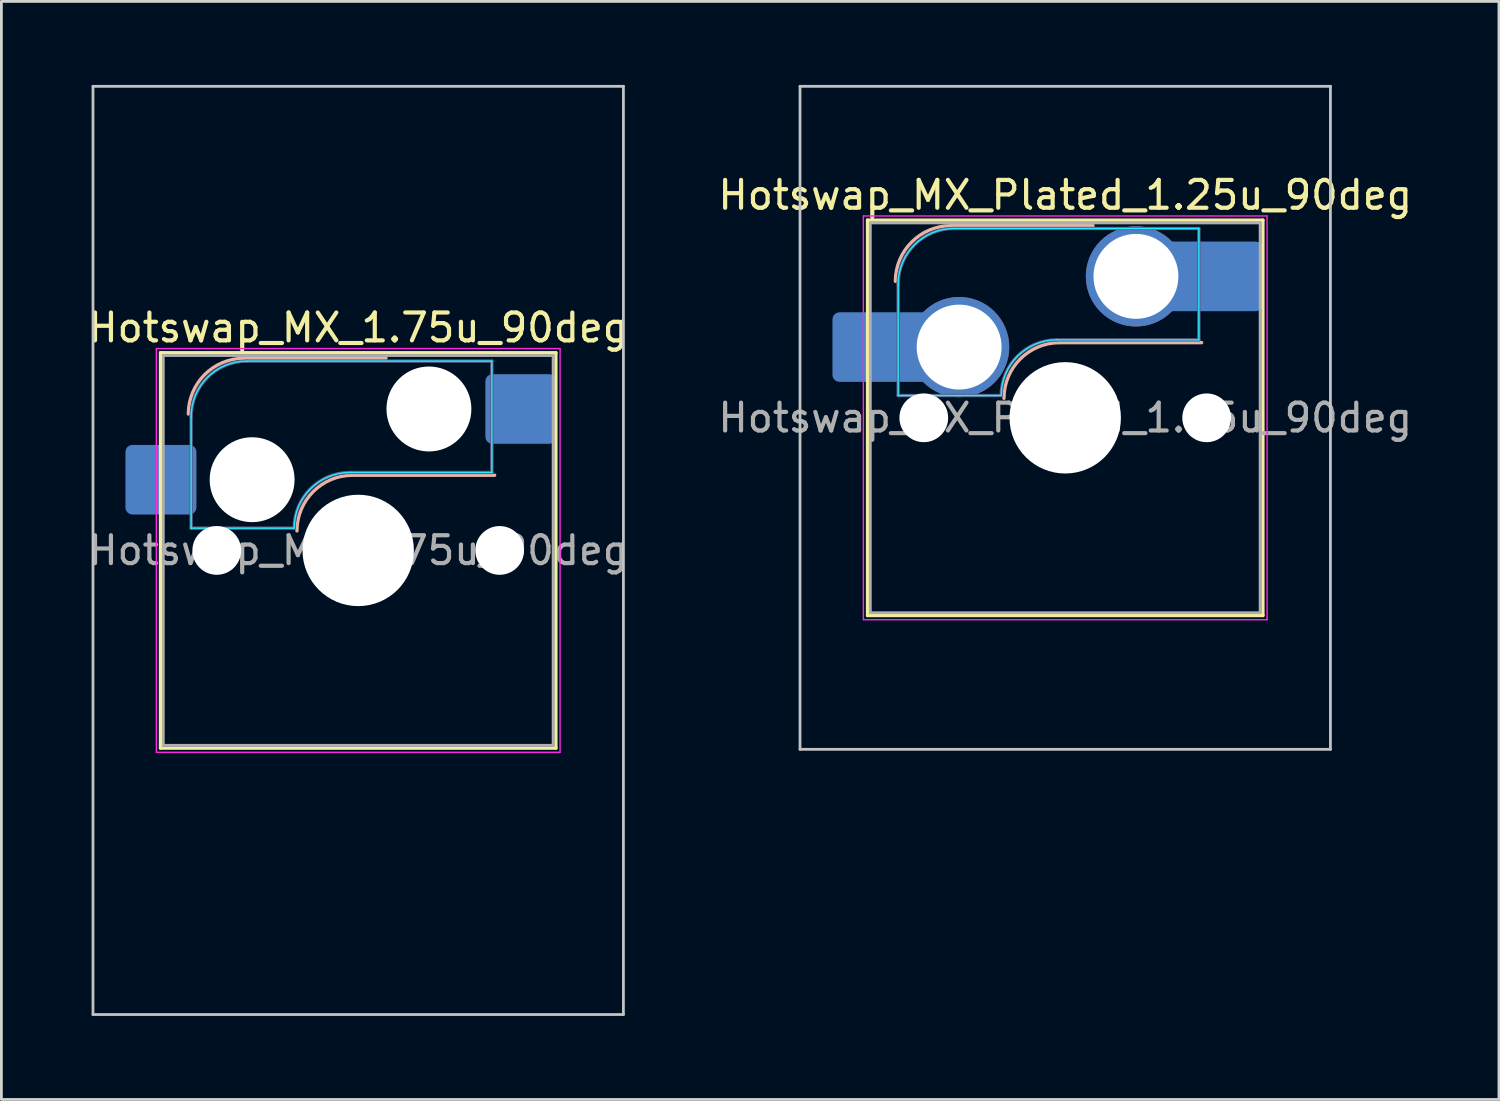
<source format=kicad_pcb>
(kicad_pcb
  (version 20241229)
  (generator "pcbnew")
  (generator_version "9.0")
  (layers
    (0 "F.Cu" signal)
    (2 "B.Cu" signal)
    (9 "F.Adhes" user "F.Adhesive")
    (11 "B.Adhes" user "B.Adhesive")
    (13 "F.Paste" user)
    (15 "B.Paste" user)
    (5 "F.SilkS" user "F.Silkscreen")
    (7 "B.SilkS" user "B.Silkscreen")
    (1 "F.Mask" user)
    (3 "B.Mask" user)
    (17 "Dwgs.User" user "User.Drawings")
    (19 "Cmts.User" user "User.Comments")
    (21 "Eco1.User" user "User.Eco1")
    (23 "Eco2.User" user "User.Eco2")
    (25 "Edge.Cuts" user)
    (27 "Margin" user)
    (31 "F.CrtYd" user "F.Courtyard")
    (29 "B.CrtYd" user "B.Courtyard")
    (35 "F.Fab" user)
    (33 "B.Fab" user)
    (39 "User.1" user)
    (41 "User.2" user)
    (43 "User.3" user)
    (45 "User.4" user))
  (footprint "Hotswap_MX_Plated_1.25u_90deg"
    (layer "F.Cu")
    (at 35.208 11.956)
    (property "Reference" "Hotswap_MX_Plated_1.25u_90deg" (at 0 -8 0) (layer "F.SilkS") (effects (font (size 1 1) (thickness 0.15))))
    (attr smd allow_soldermask_bridges)
    (fp_line (start -7.1 -7.1) (end -7.1 7.1) (stroke (width 0.12) (type solid)) (layer "F.SilkS"))
    (fp_line (start -7.1 7.1) (end 7.1 7.1) (stroke (width 0.12) (type solid)) (layer "F.SilkS"))
    (fp_line (start 7.1 -7.1) (end -7.1 -7.1) (stroke (width 0.12) (type solid)) (layer "F.SilkS"))
    (fp_line (start 7.1 7.1) (end 7.1 -7.1) (stroke (width 0.12) (type solid)) (layer "F.SilkS"))
    (fp_line (start -4.1 -6.9) (end 1 -6.9) (stroke (width 0.12) (type solid)) (layer "B.SilkS"))
    (fp_line (start -0.2 -2.7) (end 4.9 -2.7) (stroke (width 0.12) (type solid)) (layer "B.SilkS"))
    (fp_arc (start -6.1 -4.9) (mid -5.514214 -6.314214) (end -4.1 -6.9) (stroke (width 0.12) (type solid)) (layer "B.SilkS"))
    (fp_arc (start -2.2 -0.7) (mid -1.614214 -2.114214) (end -0.2 -2.7) (stroke (width 0.12) (type solid)) (layer "B.SilkS"))
    (fp_line (start -9.525 -11.906) (end 9.525 -11.906) (stroke (width 0.1) (type solid)) (layer "Dwgs.User"))
    (fp_line (start -9.525 11.906) (end -9.525 -11.906) (stroke (width 0.1) (type solid)) (layer "Dwgs.User"))
    (fp_line (start 9.525 -11.906) (end 9.525 11.906) (stroke (width 0.1) (type solid)) (layer "Dwgs.User"))
    (fp_line (start 9.525 11.906) (end -9.525 11.906) (stroke (width 0.1) (type solid)) (layer "Dwgs.User"))
    (fp_line (start -7.8 -6) (end -7 -6) (stroke (width 0.1) (type solid)) (layer "Eco1.User"))
    (fp_line (start -7.8 -2.9) (end -7.8 -6) (stroke (width 0.1) (type solid)) (layer "Eco1.User"))
    (fp_line (start -7.8 2.9) (end -7 2.9) (stroke (width 0.1) (type solid)) (layer "Eco1.User"))
    (fp_line (start -7.8 6) (end -7.8 2.9) (stroke (width 0.1) (type solid)) (layer "Eco1.User"))
    (fp_line (start -7 -7) (end 7 -7) (stroke (width 0.1) (type solid)) (layer "Eco1.User"))
    (fp_line (start -7 -6) (end -7 -7) (stroke (width 0.1) (type solid)) (layer "Eco1.User"))
    (fp_line (start -7 -2.9) (end -7.8 -2.9) (stroke (width 0.1) (type solid)) (layer "Eco1.User"))
    (fp_line (start -7 2.9) (end -7 -2.9) (stroke (width 0.1) (type solid)) (layer "Eco1.User"))
    (fp_line (start -7 6) (end -7.8 6) (stroke (width 0.1) (type solid)) (layer "Eco1.User"))
    (fp_line (start -7 7) (end -7 6) (stroke (width 0.1) (type solid)) (layer "Eco1.User"))
    (fp_line (start 7 -7) (end 7 -6) (stroke (width 0.1) (type solid)) (layer "Eco1.User"))
    (fp_line (start 7 -6) (end 7.8 -6) (stroke (width 0.1) (type solid)) (layer "Eco1.User"))
    (fp_line (start 7 -2.9) (end 7 2.9) (stroke (width 0.1) (type solid)) (layer "Eco1.User"))
    (fp_line (start 7 2.9) (end 7.8 2.9) (stroke (width 0.1) (type solid)) (layer "Eco1.User"))
    (fp_line (start 7 6) (end 7 7) (stroke (width 0.1) (type solid)) (layer "Eco1.User"))
    (fp_line (start 7 7) (end -7 7) (stroke (width 0.1) (type solid)) (layer "Eco1.User"))
    (fp_line (start 7.8 -6) (end 7.8 -2.9) (stroke (width 0.1) (type solid)) (layer "Eco1.User"))
    (fp_line (start 7.8 -2.9) (end 7 -2.9) (stroke (width 0.1) (type solid)) (layer "Eco1.User"))
    (fp_line (start 7.8 2.9) (end 7.8 6) (stroke (width 0.1) (type solid)) (layer "Eco1.User"))
    (fp_line (start 7.8 6) (end 7 6) (stroke (width 0.1) (type solid)) (layer "Eco1.User"))
    (fp_line (start -6 -0.8) (end -6 -4.8) (stroke (width 0.05) (type solid)) (layer "B.CrtYd"))
    (fp_line (start -6 -0.8) (end -2.3 -0.8) (stroke (width 0.05) (type solid)) (layer "B.CrtYd"))
    (fp_line (start -4 -6.8) (end 4.8 -6.8) (stroke (width 0.05) (type solid)) (layer "B.CrtYd"))
    (fp_line (start -0.3 -2.8) (end 4.8 -2.8) (stroke (width 0.05) (type solid)) (layer "B.CrtYd"))
    (fp_line (start 4.8 -6.8) (end 4.8 -2.8) (stroke (width 0.05) (type solid)) (layer "B.CrtYd"))
    (fp_arc (start -6 -4.8) (mid -5.414214 -6.214214) (end -4 -6.8) (stroke (width 0.05) (type solid)) (layer "B.CrtYd"))
    (fp_arc (start -2.3 -0.8) (mid -1.714214 -2.214214) (end -0.3 -2.8) (stroke (width 0.05) (type solid)) (layer "B.CrtYd"))
    (fp_line (start -7.25 -7.25) (end -7.25 7.25) (stroke (width 0.05) (type solid)) (layer "F.CrtYd"))
    (fp_line (start -7.25 7.25) (end 7.25 7.25) (stroke (width 0.05) (type solid)) (layer "F.CrtYd"))
    (fp_line (start 7.25 -7.25) (end -7.25 -7.25) (stroke (width 0.05) (type solid)) (layer "F.CrtYd"))
    (fp_line (start 7.25 7.25) (end 7.25 -7.25) (stroke (width 0.05) (type solid)) (layer "F.CrtYd"))
    (fp_line (start -6 -0.8) (end -6 -4.8) (stroke (width 0.12) (type solid)) (layer "B.Fab"))
    (fp_line (start -6 -0.8) (end -2.3 -0.8) (stroke (width 0.12) (type solid)) (layer "B.Fab"))
    (fp_line (start -4 -6.8) (end 4.8 -6.8) (stroke (width 0.12) (type solid)) (layer "B.Fab"))
    (fp_line (start -0.3 -2.8) (end 4.8 -2.8) (stroke (width 0.12) (type solid)) (layer "B.Fab"))
    (fp_line (start 4.8 -6.8) (end 4.8 -2.8) (stroke (width 0.12) (type solid)) (layer "B.Fab"))
    (fp_arc (start -6 -4.8) (mid -5.414214 -6.214214) (end -4 -6.8) (stroke (width 0.12) (type solid)) (layer "B.Fab"))
    (fp_arc (start -2.3 -0.8) (mid -1.714214 -2.214214) (end -0.3 -2.8) (stroke (width 0.12) (type solid)) (layer "B.Fab"))
    (fp_line (start -7 -7) (end -7 7) (stroke (width 0.1) (type solid)) (layer "F.Fab"))
    (fp_line (start -7 7) (end 7 7) (stroke (width 0.1) (type solid)) (layer "F.Fab"))
    (fp_line (start 7 -7) (end -7 -7) (stroke (width 0.1) (type solid)) (layer "F.Fab"))
    (fp_line (start 7 7) (end 7 -7) (stroke (width 0.1) (type solid)) (layer "F.Fab"))
    (fp_text user "${REFERENCE}" (at 0 0 0) (layer "F.Fab") (effects (font (size 1 1) (thickness 0.15))))
    (pad "" smd roundrect (at -7.085 -2.54) (size 2.55 2.5) (layers "B.Mask" "B.Paste") (roundrect_rratio 0.1))
    (pad "" np_thru_hole circle (at -5.08 0) (size 1.75 1.75) (drill 1.75) (layers "*.Cu" "*.Mask"))
    (pad "" np_thru_hole circle (at 0 0) (size 4 4) (drill 4) (layers "*.Cu" "*.Mask"))
    (pad "" np_thru_hole circle (at 5.08 0) (size 1.75 1.75) (drill 1.75) (layers "*.Cu" "*.Mask"))
    (pad "" smd roundrect (at 5.842 -5.08) (size 2.55 2.5) (layers "B.Mask" "B.Paste") (roundrect_rratio 0.1))
    (pad "1" smd roundrect (at -6.585 -2.54) (size 3.55 2.5) (layers "B.Cu") (roundrect_rratio 0.1))
    (pad "1" thru_hole circle (at -3.81 -2.54) (size 3.6 3.6) (drill 3.05) (layers "*.Cu" "*.Mask"))
    (pad "2" thru_hole circle (at 2.54 -5.08) (size 3.6 3.6) (drill 3.05) (layers "*.Cu" "*.Mask"))
    (pad "2" smd roundrect (at 5.32 -5.08) (size 3.55 2.5) (layers "B.Cu") (roundrect_rratio 0.1)))
  (footprint "Hotswap_MX_1.75u_90deg"
    (layer "F.Cu")
    (at 9.815 16.719)
    (property "Reference" "Hotswap_MX_1.75u_90deg" (at 0 -8 0) (layer "F.SilkS") (effects (font (size 1 1) (thickness 0.15))))
    (attr smd)
    (fp_line (start -7.1 -7.1) (end -7.1 7.1) (stroke (width 0.12) (type solid)) (layer "F.SilkS"))
    (fp_line (start -7.1 7.1) (end 7.1 7.1) (stroke (width 0.12) (type solid)) (layer "F.SilkS"))
    (fp_line (start 7.1 -7.1) (end -7.1 -7.1) (stroke (width 0.12) (type solid)) (layer "F.SilkS"))
    (fp_line (start 7.1 7.1) (end 7.1 -7.1) (stroke (width 0.12) (type solid)) (layer "F.SilkS"))
    (fp_line (start -4.1 -6.9) (end 1 -6.9) (stroke (width 0.12) (type solid)) (layer "B.SilkS"))
    (fp_line (start -0.2 -2.7) (end 4.9 -2.7) (stroke (width 0.12) (type solid)) (layer "B.SilkS"))
    (fp_arc (start -6.1 -4.9) (mid -5.514214 -6.314214) (end -4.1 -6.9) (stroke (width 0.12) (type solid)) (layer "B.SilkS"))
    (fp_arc (start -2.2 -0.7) (mid -1.614214 -2.114214) (end -0.2 -2.7) (stroke (width 0.12) (type solid)) (layer "B.SilkS"))
    (fp_line (start -9.525 -16.669) (end 9.525 -16.669) (stroke (width 0.1) (type solid)) (layer "Dwgs.User"))
    (fp_line (start -9.525 16.669) (end -9.525 -16.669) (stroke (width 0.1) (type solid)) (layer "Dwgs.User"))
    (fp_line (start 9.525 -16.669) (end 9.525 16.669) (stroke (width 0.1) (type solid)) (layer "Dwgs.User"))
    (fp_line (start 9.525 16.669) (end -9.525 16.669) (stroke (width 0.1) (type solid)) (layer "Dwgs.User"))
    (fp_line (start -7.8 -6) (end -7 -6) (stroke (width 0.1) (type solid)) (layer "Eco1.User"))
    (fp_line (start -7.8 -2.9) (end -7.8 -6) (stroke (width 0.1) (type solid)) (layer "Eco1.User"))
    (fp_line (start -7.8 2.9) (end -7 2.9) (stroke (width 0.1) (type solid)) (layer "Eco1.User"))
    (fp_line (start -7.8 6) (end -7.8 2.9) (stroke (width 0.1) (type solid)) (layer "Eco1.User"))
    (fp_line (start -7 -7) (end 7 -7) (stroke (width 0.1) (type solid)) (layer "Eco1.User"))
    (fp_line (start -7 -6) (end -7 -7) (stroke (width 0.1) (type solid)) (layer "Eco1.User"))
    (fp_line (start -7 -2.9) (end -7.8 -2.9) (stroke (width 0.1) (type solid)) (layer "Eco1.User"))
    (fp_line (start -7 2.9) (end -7 -2.9) (stroke (width 0.1) (type solid)) (layer "Eco1.User"))
    (fp_line (start -7 6) (end -7.8 6) (stroke (width 0.1) (type solid)) (layer "Eco1.User"))
    (fp_line (start -7 7) (end -7 6) (stroke (width 0.1) (type solid)) (layer "Eco1.User"))
    (fp_line (start 7 -7) (end 7 -6) (stroke (width 0.1) (type solid)) (layer "Eco1.User"))
    (fp_line (start 7 -6) (end 7.8 -6) (stroke (width 0.1) (type solid)) (layer "Eco1.User"))
    (fp_line (start 7 -2.9) (end 7 2.9) (stroke (width 0.1) (type solid)) (layer "Eco1.User"))
    (fp_line (start 7 2.9) (end 7.8 2.9) (stroke (width 0.1) (type solid)) (layer "Eco1.User"))
    (fp_line (start 7 6) (end 7 7) (stroke (width 0.1) (type solid)) (layer "Eco1.User"))
    (fp_line (start 7 7) (end -7 7) (stroke (width 0.1) (type solid)) (layer "Eco1.User"))
    (fp_line (start 7.8 -6) (end 7.8 -2.9) (stroke (width 0.1) (type solid)) (layer "Eco1.User"))
    (fp_line (start 7.8 -2.9) (end 7 -2.9) (stroke (width 0.1) (type solid)) (layer "Eco1.User"))
    (fp_line (start 7.8 2.9) (end 7.8 6) (stroke (width 0.1) (type solid)) (layer "Eco1.User"))
    (fp_line (start 7.8 6) (end 7 6) (stroke (width 0.1) (type solid)) (layer "Eco1.User"))
    (fp_line (start -6 -0.8) (end -6 -4.8) (stroke (width 0.05) (type solid)) (layer "B.CrtYd"))
    (fp_line (start -6 -0.8) (end -2.3 -0.8) (stroke (width 0.05) (type solid)) (layer "B.CrtYd"))
    (fp_line (start -4 -6.8) (end 4.8 -6.8) (stroke (width 0.05) (type solid)) (layer "B.CrtYd"))
    (fp_line (start -0.3 -2.8) (end 4.8 -2.8) (stroke (width 0.05) (type solid)) (layer "B.CrtYd"))
    (fp_line (start 4.8 -6.8) (end 4.8 -2.8) (stroke (width 0.05) (type solid)) (layer "B.CrtYd"))
    (fp_arc (start -6 -4.8) (mid -5.414214 -6.214214) (end -4 -6.8) (stroke (width 0.05) (type solid)) (layer "B.CrtYd"))
    (fp_arc (start -2.3 -0.8) (mid -1.714214 -2.214214) (end -0.3 -2.8) (stroke (width 0.05) (type solid)) (layer "B.CrtYd"))
    (fp_line (start -7.25 -7.25) (end -7.25 7.25) (stroke (width 0.05) (type solid)) (layer "F.CrtYd"))
    (fp_line (start -7.25 7.25) (end 7.25 7.25) (stroke (width 0.05) (type solid)) (layer "F.CrtYd"))
    (fp_line (start 7.25 -7.25) (end -7.25 -7.25) (stroke (width 0.05) (type solid)) (layer "F.CrtYd"))
    (fp_line (start 7.25 7.25) (end 7.25 -7.25) (stroke (width 0.05) (type solid)) (layer "F.CrtYd"))
    (fp_line (start -6 -0.8) (end -6 -4.8) (stroke (width 0.12) (type solid)) (layer "B.Fab"))
    (fp_line (start -6 -0.8) (end -2.3 -0.8) (stroke (width 0.12) (type solid)) (layer "B.Fab"))
    (fp_line (start -4 -6.8) (end 4.8 -6.8) (stroke (width 0.12) (type solid)) (layer "B.Fab"))
    (fp_line (start -0.3 -2.8) (end 4.8 -2.8) (stroke (width 0.12) (type solid)) (layer "B.Fab"))
    (fp_line (start 4.8 -6.8) (end 4.8 -2.8) (stroke (width 0.12) (type solid)) (layer "B.Fab"))
    (fp_arc (start -6 -4.8) (mid -5.414214 -6.214214) (end -4 -6.8) (stroke (width 0.12) (type solid)) (layer "B.Fab"))
    (fp_arc (start -2.3 -0.8) (mid -1.714214 -2.214214) (end -0.3 -2.8) (stroke (width 0.12) (type solid)) (layer "B.Fab"))
    (fp_line (start -7 -7) (end -7 7) (stroke (width 0.1) (type solid)) (layer "F.Fab"))
    (fp_line (start -7 7) (end 7 7) (stroke (width 0.1) (type solid)) (layer "F.Fab"))
    (fp_line (start 7 -7) (end -7 -7) (stroke (width 0.1) (type solid)) (layer "F.Fab"))
    (fp_line (start 7 7) (end 7 -7) (stroke (width 0.1) (type solid)) (layer "F.Fab"))
    (fp_text user "${REFERENCE}" (at 0 0 0) (layer "F.Fab") (effects (font (size 1 1) (thickness 0.15))))
    (pad "" np_thru_hole circle (at -5.08 0) (size 1.75 1.75) (drill 1.75) (layers "*.Cu" "*.Mask"))
    (pad "" np_thru_hole circle (at -3.81 -2.54) (size 3.05 3.05) (drill 3.05) (layers "*.Cu" "*.Mask"))
    (pad "" np_thru_hole circle (at 0 0) (size 4 4) (drill 4) (layers "*.Cu" "*.Mask"))
    (pad "" np_thru_hole circle (at 2.54 -5.08) (size 3.05 3.05) (drill 3.05) (layers "*.Cu" "*.Mask"))
    (pad "" np_thru_hole circle (at 5.08 0) (size 1.75 1.75) (drill 1.75) (layers "*.Cu" "*.Mask"))
    (pad "1" smd roundrect (at -7.085 -2.54) (size 2.55 2.5) (layers "B.Cu" "B.Mask" "B.Paste") (roundrect_rratio 0.1))
    (pad "2" smd roundrect (at 5.842 -5.08) (size 2.55 2.5) (layers "B.Cu" "B.Mask" "B.Paste") (roundrect_rratio 0.1)))
  (gr_rect
    (start -3 -3)
    (end 50.786 36.438)
    (stroke (width 0.1) (type default))
    (fill no)
    (layer "Edge.Cuts")))
</source>
